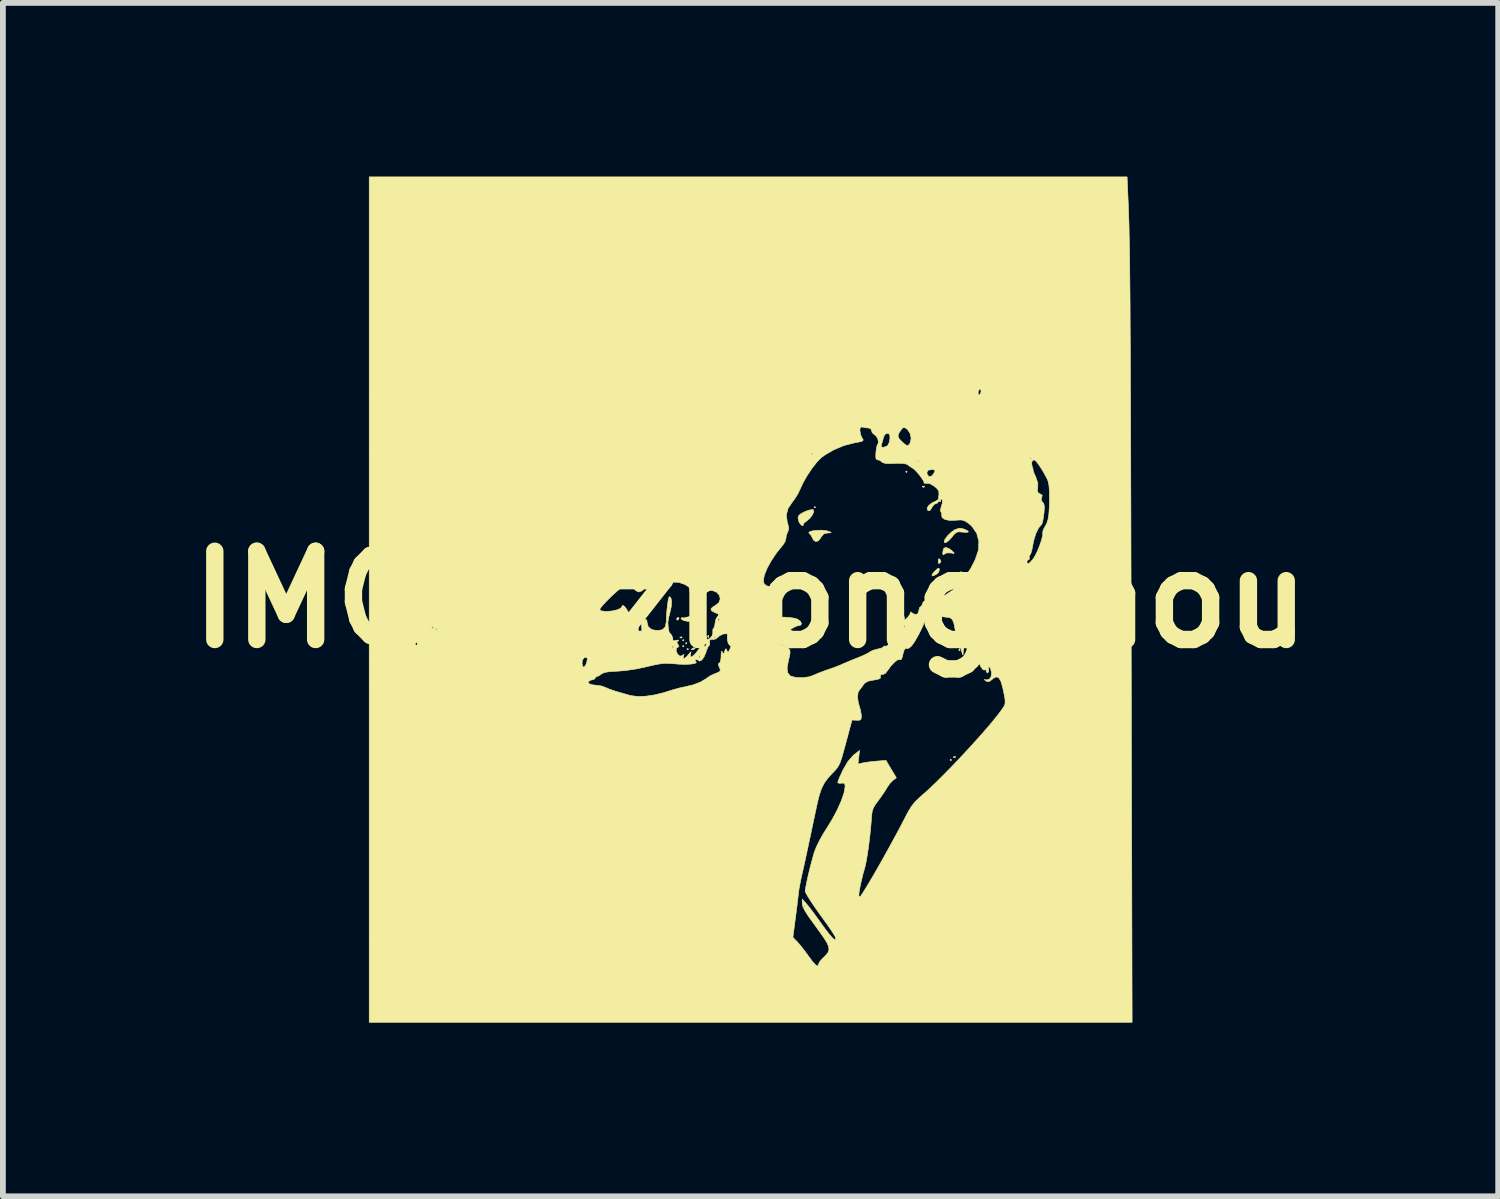
<source format=kicad_pcb>
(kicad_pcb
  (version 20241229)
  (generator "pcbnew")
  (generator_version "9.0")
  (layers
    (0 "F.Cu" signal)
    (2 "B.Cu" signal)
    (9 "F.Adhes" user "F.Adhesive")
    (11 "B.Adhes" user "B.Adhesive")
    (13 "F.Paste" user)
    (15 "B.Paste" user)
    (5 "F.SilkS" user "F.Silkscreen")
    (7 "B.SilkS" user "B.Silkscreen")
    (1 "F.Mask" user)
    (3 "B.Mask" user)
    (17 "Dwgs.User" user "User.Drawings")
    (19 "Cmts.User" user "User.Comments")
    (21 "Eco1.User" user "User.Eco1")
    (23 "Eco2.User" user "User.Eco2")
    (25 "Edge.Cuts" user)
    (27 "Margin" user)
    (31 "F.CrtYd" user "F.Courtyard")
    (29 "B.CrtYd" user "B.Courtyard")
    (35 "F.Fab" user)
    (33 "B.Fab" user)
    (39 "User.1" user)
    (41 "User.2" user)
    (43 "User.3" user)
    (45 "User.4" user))
  (footprint "IMG_xizhongzhou"
    (layer "F.Cu")
    (at 9.913 7.306)
    (property "Reference" "IMG_xizhongzhou" (at 0 0 0) (layer "F.SilkS") (effects (font (size 1.524 1.524) (thickness 0.3))))
    (attr through_hole)
    (fp_poly (pts (xy -1.149 0.702) (xy -1.162 0.715) (xy -1.174 0.702) (xy -1.162 0.689) (xy -1.149 0.702)) (stroke (width 0.01) (type solid)) (fill yes) (layer "F.SilkS"))
    (fp_poly (pts (xy -1.149 0.804) (xy -1.162 0.817) (xy -1.174 0.804) (xy -1.162 0.791) (xy -1.149 0.804)) (stroke (width 0.01) (type solid)) (fill yes) (layer "F.SilkS"))
    (fp_poly (pts (xy -1.098 0.753) (xy -1.11 0.766) (xy -1.123 0.753) (xy -1.11 0.74) (xy -1.098 0.753)) (stroke (width 0.01) (type solid)) (fill yes) (layer "F.SilkS"))
    (fp_poly (pts (xy -1.072 0.855) (xy -1.085 0.868) (xy -1.098 0.855) (xy -1.085 0.842) (xy -1.072 0.855)) (stroke (width 0.01) (type solid)) (fill yes) (layer "F.SilkS"))
    (fp_poly (pts (xy -0.919 0.728) (xy -0.932 0.74) (xy -0.945 0.728) (xy -0.932 0.715) (xy -0.919 0.728)) (stroke (width 0.01) (type solid)) (fill yes) (layer "F.SilkS"))
    (fp_poly (pts (xy 1.123 -1.595) (xy 1.11 -1.583) (xy 1.098 -1.595) (xy 1.11 -1.608) (xy 1.123 -1.595)) (stroke (width 0.01) (type solid)) (fill yes) (layer "F.SilkS"))
    (fp_poly (pts (xy 2.706 -2.208) (xy 2.693 -2.195) (xy 2.68 -2.208) (xy 2.693 -2.221) (xy 2.706 -2.208)) (stroke (width 0.01) (type solid)) (fill yes) (layer "F.SilkS"))
    (fp_poly (pts (xy 3.472 2.77) (xy 3.459 2.783) (xy 3.446 2.77) (xy 3.459 2.757) (xy 3.472 2.77)) (stroke (width 0.01) (type solid)) (fill yes) (layer "F.SilkS"))
    (fp_poly (pts (xy 3.65 -0.472) (xy 3.638 -0.459) (xy 3.625 -0.472) (xy 3.638 -0.485) (xy 3.65 -0.472)) (stroke (width 0.01) (type solid)) (fill yes) (layer "F.SilkS"))
    (fp_poly (pts (xy -1.183 0.647) (xy -1.186 0.662) (xy -1.2 0.664) (xy -1.221 0.654) (xy -1.217 0.647) (xy -1.187 0.644) (xy -1.183 0.647)) (stroke (width 0.01) (type solid)) (fill yes) (layer "F.SilkS"))
    (fp_poly (pts (xy -1.004 0.736) (xy -1.001 0.775) (xy -1.006 0.784) (xy -1.017 0.777) (xy -1.019 0.751) (xy -1.013 0.724) (xy -1.004 0.736)) (stroke (width 0.01) (type solid)) (fill yes) (layer "F.SilkS"))
    (fp_poly (pts (xy -0.723 0.621) (xy -0.72 0.651) (xy -0.723 0.655) (xy -0.738 0.652) (xy -0.74 0.638) (xy -0.731 0.617) (xy -0.723 0.621)) (stroke (width 0.01) (type solid)) (fill yes) (layer "F.SilkS"))
    (fp_poly (pts (xy 3.004 -1.957) (xy 3 -1.942) (xy 2.987 -1.94) (xy 2.966 -1.949) (xy 2.97 -1.957) (xy 3 -1.96) (xy 3.004 -1.957)) (stroke (width 0.01) (type solid)) (fill yes) (layer "F.SilkS"))
    (fp_poly (pts (xy 3.54 2.714) (xy 3.536 2.73) (xy 3.523 2.731) (xy 3.502 2.722) (xy 3.506 2.714) (xy 3.536 2.711) (xy 3.54 2.714)) (stroke (width 0.01) (type solid)) (fill yes) (layer "F.SilkS"))
    (fp_poly (pts (xy 3.616 0.851) (xy 3.619 0.881) (xy 3.616 0.885) (xy 3.601 0.881) (xy 3.599 0.868) (xy 3.609 0.847) (xy 3.616 0.851)) (stroke (width 0.01) (type solid)) (fill yes) (layer "F.SilkS"))
    (fp_poly (pts (xy -0.957 0.843) (xy -0.985 0.864) (xy -1.014 0.867) (xy -1.021 0.858) (xy -1.001 0.842) (xy -0.981 0.833) (xy -0.955 0.831) (xy -0.957 0.843)) (stroke (width 0.01) (type solid)) (fill yes) (layer "F.SilkS"))
    (fp_poly (pts (xy -1.234 0.322) (xy -1.238 0.332) (xy -1.261 0.356) (xy -1.265 0.357) (xy -1.276 0.338) (xy -1.276 0.332) (xy -1.257 0.307) (xy -1.249 0.306) (xy -1.234 0.322)) (stroke (width 0.01) (type solid)) (fill yes) (layer "F.SilkS"))
    (fp_poly (pts (xy 3.266 -0.7) (xy 3.273 -0.694) (xy 3.29 -0.66) (xy 3.273 -0.633) (xy 3.25 -0.621) (xy 3.242 -0.651) (xy 3.242 -0.664) (xy 3.247 -0.704) (xy 3.266 -0.7)) (stroke (width 0.01) (type solid)) (fill yes) (layer "F.SilkS"))
    (fp_poly (pts (xy 3.263 -0.523) (xy 3.251 -0.476) (xy 3.207 -0.433) (xy 3.15 -0.41) (xy 3.142 -0.409) (xy 3.132 -0.424) (xy 3.161 -0.466) (xy 3.18 -0.487) (xy 3.228 -0.533) (xy 3.253 -0.542) (xy 3.263 -0.523)) (stroke (width 0.01) (type solid)) (fill yes) (layer "F.SilkS"))
    (fp_poly (pts (xy 3.382 -0.898) (xy 3.439 -0.874) (xy 3.485 -0.839) (xy 3.518 -0.803) (xy 3.511 -0.795) (xy 3.465 -0.805) (xy 3.389 -0.806) (xy 3.354 -0.789) (xy 3.327 -0.772) (xy 3.32 -0.792) (xy 3.323 -0.831) (xy 3.337 -0.885) (xy 3.368 -0.899) (xy 3.382 -0.898)) (stroke (width 0.01) (type solid)) (fill yes) (layer "F.SilkS"))
    (fp_poly (pts (xy -1.011 0.303) (xy -1.015 0.336) (xy -1.023 0.347) (xy -1.056 0.376) (xy -1.069 0.379) (xy -1.104 0.372) (xy -1.142 0.365) (xy -1.187 0.346) (xy -1.2 0.326) (xy -1.19 0.31) (xy -1.184 0.313) (xy -1.152 0.317) (xy -1.106 0.305) (xy -1.044 0.291) (xy -1.011 0.303)) (stroke (width 0.01) (type solid)) (fill yes) (layer "F.SilkS"))
    (fp_poly (pts (xy 3.679 -1.221) (xy 3.746 -1.191) (xy 3.764 -1.17) (xy 3.733 -1.16) (xy 3.668 -1.165) (xy 3.595 -1.171) (xy 3.55 -1.158) (xy 3.507 -1.117) (xy 3.487 -1.09) (xy 3.43 -1.025) (xy 3.382 -0.988) (xy 3.351 -0.983) (xy 3.344 -1.003) (xy 3.363 -1.05) (xy 3.411 -1.11) (xy 3.474 -1.169) (xy 3.534 -1.21) (xy 3.611 -1.233) (xy 3.679 -1.221)) (stroke (width 0.01) (type solid)) (fill yes) (layer "F.SilkS"))
    (fp_poly (pts (xy 1.088 -1.55) (xy 1.092 -1.514) (xy 1.067 -1.46) (xy 1.022 -1.402) (xy 0.967 -1.355) (xy 0.964 -1.353) (xy 0.921 -1.319) (xy 0.909 -1.295) (xy 0.911 -1.293) (xy 0.908 -1.278) (xy 0.897 -1.276) (xy 0.866 -1.297) (xy 0.837 -1.342) (xy 0.82 -1.412) (xy 0.833 -1.451) (xy 0.871 -1.484) (xy 0.933 -1.516) (xy 1.002 -1.543) (xy 1.061 -1.555) (xy 1.088 -1.55)) (stroke (width 0.01) (type solid)) (fill yes) (layer "F.SilkS"))
    (fp_poly (pts (xy 1.313 -1.189) (xy 1.366 -1.174) (xy 1.393 -1.159) (xy 1.377 -1.153) (xy 1.335 -1.151) (xy 1.268 -1.137) (xy 1.226 -1.09) (xy 1.22 -1.079) (xy 1.176 -1.018) (xy 1.129 -1.001) (xy 1.088 -1.028) (xy 1.074 -1.055) (xy 1.045 -1.11) (xy 1.02 -1.137) (xy 1.006 -1.158) (xy 1.032 -1.177) (xy 1.087 -1.19) (xy 1.159 -1.197) (xy 1.239 -1.198) (xy 1.313 -1.189)) (stroke (width 0.01) (type solid)) (fill yes) (layer "F.SilkS"))
    (fp_poly (pts (xy 6.52 -6.937) (xy 6.524 -6.842) (xy 6.528 -6.746) (xy 6.531 -6.646) (xy 6.535 -6.542) (xy 6.538 -6.43) (xy 6.54 -6.31) (xy 6.543 -6.177) (xy 6.546 -6.032) (xy 6.548 -5.871) (xy 6.55 -5.693) (xy 6.552 -5.496) (xy 6.554 -5.277) (xy 6.556 -5.034) (xy 6.557 -4.766) (xy 6.559 -4.47) (xy 6.561 -4.145) (xy 6.562 -3.788) (xy 6.564 -3.397) (xy 6.565 -2.971) (xy 6.567 -2.506) (xy 6.568 -2.002) (xy 6.57 -1.456) (xy 6.571 -0.866) (xy 6.573 -0.231) (xy 6.574 0.453) (xy 6.575 0.811) (xy 6.591 7.301) (xy -6.586 7.301) (xy -6.586 5.834) (xy 0.732 5.834) (xy 0.807 5.911) (xy 0.858 5.969) (xy 0.924 6.053) (xy 0.993 6.146) (xy 1.002 6.159) (xy 1.078 6.261) (xy 1.132 6.317) (xy 1.164 6.329) (xy 1.174 6.297) (xy 1.192 6.26) (xy 1.235 6.207) (xy 1.254 6.189) (xy 1.305 6.138) (xy 1.34 6.093) (xy 1.355 6.047) (xy 1.349 5.994) (xy 1.32 5.927) (xy 1.265 5.839) (xy 1.184 5.724) (xy 1.08 5.581) (xy 0.991 5.457) (xy 0.933 5.363) (xy 0.902 5.297) (xy 0.919 5.297) (xy 0.932 5.31) (xy 0.945 5.297) (xy 0.932 5.284) (xy 0.919 5.297) (xy 0.902 5.297) (xy 0.902 5.295) (xy 0.893 5.251) (xy 0.893 5.173) (xy 0.97 5.259) (xy 1.015 5.314) (xy 1.08 5.399) (xy 1.156 5.503) (xy 1.231 5.608) (xy 1.304 5.708) (xy 1.369 5.791) (xy 1.42 5.848) (xy 1.449 5.871) (xy 1.451 5.871) (xy 1.469 5.867) (xy 1.473 5.852) (xy 1.462 5.821) (xy 1.431 5.769) (xy 1.379 5.69) (xy 1.302 5.58) (xy 1.2 5.439) (xy 1.116 5.32) (xy 1.043 5.212) (xy 0.987 5.123) (xy 0.953 5.062) (xy 0.944 5.038) (xy 0.951 4.985) (xy 0.968 4.895) (xy 0.993 4.78) (xy 1.023 4.653) (xy 1.056 4.525) (xy 1.088 4.41) (xy 1.101 4.365) (xy 1.14 4.266) (xy 1.199 4.146) (xy 1.266 4.029) (xy 1.288 3.995) (xy 1.401 3.813) (xy 1.496 3.637) (xy 1.568 3.475) (xy 1.616 3.336) (xy 1.634 3.227) (xy 1.634 3.221) (xy 1.626 3.177) (xy 1.591 3.168) (xy 1.57 3.172) (xy 1.523 3.172) (xy 1.506 3.158) (xy 1.517 3.124) (xy 1.544 3.058) (xy 1.584 2.971) (xy 1.595 2.947) (xy 1.681 2.798) (xy 1.771 2.694) (xy 1.784 2.683) (xy 1.883 2.605) (xy 1.856 2.841) (xy 1.93 2.823) (xy 1.995 2.811) (xy 2.088 2.799) (xy 2.172 2.791) (xy 2.339 2.777) (xy 2.429 2.928) (xy 2.519 3.078) (xy 2.459 3.123) (xy 2.404 3.179) (xy 2.359 3.246) (xy 2.323 3.306) (xy 2.267 3.388) (xy 2.209 3.468) (xy 2.154 3.542) (xy 2.121 3.6) (xy 2.101 3.662) (xy 2.091 3.743) (xy 2.085 3.829) (xy 2.073 3.971) (xy 2.056 4.127) (xy 2.036 4.285) (xy 2.014 4.431) (xy 1.992 4.554) (xy 1.972 4.64) (xy 1.969 4.649) (xy 1.942 4.742) (xy 1.917 4.847) (xy 1.894 4.95) (xy 1.878 5.038) (xy 1.871 5.101) (xy 1.873 5.124) (xy 1.895 5.13) (xy 1.897 5.129) (xy 1.948 5.052) (xy 2.018 4.939) (xy 2.103 4.796) (xy 2.198 4.632) (xy 2.299 4.454) (xy 2.4 4.271) (xy 2.498 4.091) (xy 2.589 3.922) (xy 2.665 3.775) (xy 2.729 3.653) (xy 2.786 3.563) (xy 2.847 3.488) (xy 2.926 3.413) (xy 2.971 3.373) (xy 3.08 3.277) (xy 3.204 3.158) (xy 3.341 3.022) (xy 3.486 2.874) (xy 3.634 2.718) (xy 3.78 2.56) (xy 3.921 2.405) (xy 4.052 2.257) (xy 4.168 2.121) (xy 4.264 2.002) (xy 4.337 1.906) (xy 4.382 1.837) (xy 4.395 1.804) (xy 4.397 1.762) (xy 4.396 1.724) (xy 4.388 1.675) (xy 4.373 1.6) (xy 4.359 1.533) (xy 4.327 1.419) (xy 4.291 1.354) (xy 4.248 1.334) (xy 4.196 1.359) (xy 4.177 1.375) (xy 4.128 1.414) (xy 4.089 1.416) (xy 4.067 1.405) (xy 4.037 1.383) (xy 4.052 1.382) (xy 4.076 1.387) (xy 4.124 1.376) (xy 4.155 1.331) (xy 4.164 1.267) (xy 4.148 1.198) (xy 4.134 1.174) (xy 4.114 1.149) (xy 4.111 1.167) (xy 4.112 1.174) (xy 4.113 1.243) (xy 4.096 1.267) (xy 4.084 1.263) (xy 4.069 1.233) (xy 4.073 1.224) (xy 4.067 1.211) (xy 4.047 1.216) (xy 4.016 1.211) (xy 3.982 1.167) (xy 3.952 1.107) (xy 3.921 1.024) (xy 3.903 0.952) (xy 3.901 0.924) (xy 3.896 0.884) (xy 3.88 0.881) (xy 3.857 0.879) (xy 3.855 0.869) (xy 3.871 0.843) (xy 3.877 0.842) (xy 3.889 0.821) (xy 3.886 0.779) (xy 3.864 0.724) (xy 3.834 0.712) (xy 3.808 0.738) (xy 3.8 0.797) (xy 3.802 0.811) (xy 3.793 0.84) (xy 3.768 0.835) (xy 3.742 0.8) (xy 3.741 0.798) (xy 3.724 0.769) (xy 3.703 0.787) (xy 3.701 0.792) (xy 3.682 0.844) (xy 3.674 0.906) (xy 3.671 0.952) (xy 3.664 0.954) (xy 3.651 0.91) (xy 3.639 0.861) (xy 3.621 0.815) (xy 3.599 0.805) (xy 3.577 0.797) (xy 3.571 0.774) (xy 3.566 0.728) (xy 3.676 0.728) (xy 3.689 0.74) (xy 3.702 0.728) (xy 3.689 0.715) (xy 3.676 0.728) (xy 3.566 0.728) (xy 3.564 0.708) (xy 3.559 0.676) (xy 3.55 0.62) (xy 3.547 0.598) (xy 3.806 0.598) (xy 3.81 0.631) (xy 3.819 0.631) (xy 3.825 0.597) (xy 3.821 0.582) (xy 3.81 0.573) (xy 3.806 0.598) (xy 3.547 0.598) (xy 3.538 0.54) (xy 3.533 0.511) (xy 3.512 0.406) (xy 3.485 0.343) (xy 3.444 0.313) (xy 3.393 0.306) (xy 3.317 0.296) (xy 3.233 0.271) (xy 3.225 0.268) (xy 3.134 0.236) (xy 3.077 0.234) (xy 3.043 0.264) (xy 3.026 0.321) (xy 3.006 0.384) (xy 2.968 0.475) (xy 2.917 0.579) (xy 2.891 0.627) (xy 2.829 0.735) (xy 2.78 0.802) (xy 2.738 0.838) (xy 2.694 0.847) (xy 2.674 0.846) (xy 2.656 0.865) (xy 2.64 0.913) (xy 2.621 0.993) (xy 2.606 1.032) (xy 2.59 1.04) (xy 2.583 1.037) (xy 2.543 1.04) (xy 2.488 1.079) (xy 2.426 1.145) (xy 2.384 1.204) (xy 2.332 1.271) (xy 2.291 1.294) (xy 2.283 1.292) (xy 2.25 1.297) (xy 2.241 1.344) (xy 2.243 1.357) (xy 2.221 1.37) (xy 2.164 1.384) (xy 2.117 1.392) (xy 2.029 1.41) (xy 1.974 1.442) (xy 1.946 1.477) (xy 1.91 1.528) (xy 1.885 1.557) (xy 1.857 1.606) (xy 1.849 1.687) (xy 1.862 1.783) (xy 1.874 1.823) (xy 1.899 1.91) (xy 1.913 1.991) (xy 1.915 2.015) (xy 1.909 2.065) (xy 1.881 2.084) (xy 1.833 2.084) (xy 1.752 2.081) (xy 1.647 2.476) (xy 1.606 2.625) (xy 1.575 2.735) (xy 1.548 2.813) (xy 1.521 2.87) (xy 1.491 2.915) (xy 1.454 2.958) (xy 1.425 2.987) (xy 1.341 3.078) (xy 1.277 3.165) (xy 1.227 3.262) (xy 1.187 3.38) (xy 1.15 3.532) (xy 1.138 3.589) (xy 1.087 3.828) (xy 1.038 4.061) (xy 0.991 4.28) (xy 0.949 4.477) (xy 0.913 4.642) (xy 0.884 4.767) (xy 0.88 4.786) (xy 0.857 4.896) (xy 0.837 5.005) (xy 0.827 5.08) (xy 0.819 5.151) (xy 0.807 5.257) (xy 0.791 5.385) (xy 0.774 5.514) (xy 0.732 5.834) (xy -6.586 5.834) (xy -6.586 1.428) (xy -2.808 1.428) (xy -2.788 1.451) (xy -2.783 1.455) (xy -2.731 1.472) (xy -2.66 1.48) (xy -2.659 1.48) (xy -2.576 1.492) (xy -2.506 1.517) (xy -2.442 1.545) (xy -2.354 1.576) (xy -2.297 1.593) (xy -2.2 1.621) (xy -2.108 1.647) (xy -2.068 1.658) (xy -1.956 1.673) (xy -1.813 1.669) (xy -1.654 1.646) (xy -1.496 1.607) (xy -1.45 1.592) (xy -1.338 1.557) (xy -1.225 1.526) (xy -1.136 1.507) (xy -0.995 1.474) (xy -0.867 1.426) (xy -0.77 1.368) (xy -0.753 1.355) (xy -0.695 1.316) (xy -0.617 1.281) (xy -0.605 1.277) (xy -0.538 1.247) (xy -0.52 1.216) (xy -0.522 1.21) (xy -0.545 1.153) (xy -0.552 1.136) (xy -0.551 1.103) (xy -0.539 1.098) (xy -0.521 1.074) (xy -0.51 1.013) (xy -0.509 0.976) (xy -0.505 0.909) (xy -0.497 0.889) (xy -0.487 0.906) (xy -0.471 0.939) (xy -0.459 0.928) (xy -0.447 0.893) (xy -0.431 0.851) (xy -0.419 0.854) (xy -0.407 0.881) (xy -0.393 0.907) (xy -0.377 0.898) (xy -0.352 0.847) (xy -0.347 0.837) (xy -0.312 0.733) (xy -0.312 0.66) (xy -0.337 0.618) (xy -0.396 0.59) (xy -0.471 0.594) (xy -0.538 0.627) (xy -0.549 0.638) (xy -0.593 0.675) (xy -0.623 0.686) (xy -0.687 0.687) (xy -0.71 0.712) (xy -0.707 0.74) (xy -0.705 0.781) (xy -0.714 0.791) (xy -0.733 0.814) (xy -0.757 0.87) (xy -0.769 0.909) (xy -0.802 0.989) (xy -0.841 1.043) (xy -0.88 1.063) (xy -0.906 1.046) (xy -0.938 1.033) (xy -0.949 1.037) (xy -0.958 1.06) (xy -0.943 1.073) (xy -0.936 1.091) (xy -0.972 1.105) (xy -1.038 1.115) (xy -1.127 1.119) (xy -1.227 1.116) (xy -1.255 1.114) (xy -1.369 1.105) (xy -1.456 1.101) (xy -1.533 1.106) (xy -1.616 1.119) (xy -1.722 1.142) (xy -1.812 1.164) (xy -1.986 1.2) (xy -2.163 1.226) (xy -2.304 1.237) (xy -2.429 1.244) (xy -2.513 1.257) (xy -2.563 1.277) (xy -2.574 1.285) (xy -2.622 1.318) (xy -2.651 1.327) (xy -2.679 1.344) (xy -2.68 1.353) (xy -2.701 1.377) (xy -2.712 1.379) (xy -2.76 1.392) (xy -2.783 1.404) (xy -2.808 1.428) (xy -6.586 1.428) (xy -6.586 1.099) (xy -2.91 1.099) (xy -2.9 1.155) (xy -2.877 1.167) (xy -2.849 1.136) (xy -2.829 1.085) (xy -2.818 1.021) (xy -2.831 0.997) (xy -2.871 1.004) (xy -2.901 1.041) (xy -2.91 1.099) (xy -6.586 1.099) (xy -6.586 0.817) (xy -1.353 0.817) (xy -1.344 0.838) (xy -1.336 0.834) (xy -1.333 0.804) (xy -1.336 0.8) (xy -1.351 0.803) (xy -1.353 0.817) (xy -6.586 0.817) (xy -6.586 0.766) (xy -5.795 0.766) (xy -5.775 0.791) (xy -5.769 0.791) (xy -5.744 0.772) (xy -5.744 0.766) (xy -5.763 0.741) (xy -5.769 0.74) (xy -5.794 0.76) (xy -5.795 0.766) (xy -6.586 0.766) (xy -6.586 0.509) (xy -5.508 0.509) (xy -5.504 0.511) (xy -5.437 0.511) (xy -5.428 0.532) (xy -5.42 0.528) (xy -5.417 0.497) (xy -5.42 0.494) (xy -5.436 0.497) (xy -5.437 0.511) (xy -5.504 0.511) (xy -5.481 0.493) (xy -5.479 0.49) (xy -1.939 0.49) (xy -1.938 0.553) (xy -1.925 0.594) (xy -1.924 0.595) (xy -1.895 0.604) (xy -1.879 0.571) (xy -1.878 0.504) (xy -1.884 0.441) (xy -1.887 0.401) (xy -1.887 0.401) (xy -1.905 0.391) (xy -1.915 0.396) (xy -1.931 0.43) (xy -1.939 0.49) (xy -5.479 0.49) (xy -5.476 0.485) (xy -5.469 0.461) (xy -5.473 0.459) (xy -5.496 0.477) (xy -5.501 0.485) (xy -5.508 0.509) (xy -6.586 0.509) (xy -6.586 0.17) (xy -2.604 0.17) (xy -2.585 0.193) (xy -2.524 0.203) (xy -2.481 0.204) (xy -2.391 0.197) (xy -2.308 0.178) (xy -2.247 0.152) (xy -2.221 0.123) (xy -2.221 0.121) (xy -2.209 0.099) (xy -2.181 0.114) (xy -2.143 0.161) (xy -2.121 0.201) (xy -2.054 0.288) (xy -1.966 0.341) (xy -1.87 0.351) (xy -1.851 0.347) (xy -1.804 0.342) (xy -1.788 0.368) (xy -1.787 0.393) (xy -1.766 0.471) (xy -1.704 0.519) (xy -1.607 0.536) (xy -1.521 0.52) (xy -1.472 0.471) (xy -1.455 0.383) (xy -1.455 0.378) (xy -1.452 0.284) (xy -1.444 0.182) (xy -1.433 0.085) (xy -1.421 0.006) (xy -1.408 -0.042) (xy -1.402 -0.051) (xy -1.375 -0.029) (xy -1.363 0.031) (xy -1.368 0.116) (xy -1.389 0.213) (xy -1.416 0.316) (xy -1.427 0.396) (xy -1.422 0.476) (xy -1.403 0.58) (xy -1.401 0.589) (xy -1.383 0.665) (xy -1.365 0.702) (xy -1.337 0.711) (xy -1.293 0.705) (xy -1.244 0.699) (xy -1.243 0.709) (xy -1.249 0.713) (xy -1.273 0.739) (xy -1.255 0.774) (xy -1.252 0.777) (xy -1.236 0.808) (xy -1.245 0.817) (xy -1.278 0.836) (xy -1.285 0.882) (xy -1.265 0.935) (xy -1.258 0.944) (xy -1.22 0.977) (xy -1.185 0.969) (xy -1.177 0.963) (xy -1.15 0.946) (xy -1.153 0.969) (xy -1.156 0.976) (xy -1.162 1.014) (xy -1.141 1.016) (xy -1.102 0.985) (xy -1.073 0.951) (xy -1.038 0.908) (xy -1.027 0.904) (xy -1.034 0.938) (xy -1.034 0.938) (xy -1.039 0.985) (xy -1.017 0.99) (xy -1.006 0.981) (xy -0.891 0.981) (xy -0.887 1.014) (xy -0.878 1.014) (xy -0.872 0.98) (xy -0.876 0.965) (xy -0.887 0.956) (xy -0.891 0.981) (xy -1.006 0.981) (xy -0.971 0.953) (xy -0.937 0.916) (xy -0.885 0.848) (xy -0.864 0.796) (xy -0.865 0.779) (xy -0.808 0.779) (xy -0.797 0.809) (xy -0.785 0.811) (xy -0.762 0.783) (xy -0.762 0.779) (xy -0.781 0.748) (xy -0.785 0.747) (xy -0.805 0.76) (xy -0.808 0.779) (xy -0.865 0.779) (xy -0.865 0.758) (xy -0.857 0.723) (xy -0.837 0.682) (xy -0.816 0.625) (xy -0.813 0.591) (xy -0.805 0.569) (xy -0.793 0.573) (xy -0.77 0.61) (xy -0.766 0.64) (xy -0.756 0.68) (xy -0.742 0.689) (xy -0.696 0.668) (xy -0.681 0.647) (xy -0.63 0.647) (xy -0.626 0.662) (xy -0.613 0.664) (xy -0.592 0.654) (xy -0.596 0.647) (xy -0.626 0.644) (xy -0.63 0.647) (xy -0.681 0.647) (xy -0.66 0.619) (xy -0.65 0.567) (xy -0.651 0.561) (xy -0.651 0.515) (xy -0.639 0.498) (xy -0.62 0.463) (xy -0.613 0.409) (xy -0.599 0.342) (xy -0.56 0.342) (xy -0.555 0.376) (xy -0.546 0.376) (xy -0.54 0.342) (xy -0.544 0.327) (xy -0.556 0.317) (xy -0.56 0.342) (xy -0.599 0.342) (xy -0.599 0.34) (xy -0.572 0.295) (xy -0.549 0.266) (xy -0.562 0.246) (xy -0.61 0.227) (xy -0.673 0.194) (xy -0.684 0.159) (xy -0.644 0.122) (xy -0.615 0.107) (xy -0.55 0.058) (xy -0.524 -0.006) (xy -0.536 -0.071) (xy -0.581 -0.125) (xy -0.657 -0.156) (xy -0.686 -0.159) (xy -0.757 -0.144) (xy -0.822 -0.104) (xy -0.862 -0.052) (xy -0.868 -0.027) (xy -0.887 -0.001) (xy -0.893 0) (xy -0.911 0.022) (xy -0.919 0.076) (xy -0.919 0.078) (xy -0.926 0.129) (xy -0.944 0.141) (xy -0.945 0.14) (xy -0.965 0.148) (xy -0.97 0.176) (xy -0.978 0.223) (xy -0.989 0.239) (xy -0.997 0.221) (xy -1.002 0.164) (xy -1.003 0.078) (xy -1.002 0.055) (xy -1.002 -0.062) (xy -1.013 -0.142) (xy -1.043 -0.196) (xy -1.096 -0.239) (xy -1.141 -0.264) (xy -1.247 -0.3) (xy -1.348 -0.3) (xy -1.416 -0.272) (xy -1.458 -0.251) (xy -1.503 -0.261) (xy -1.531 -0.276) (xy -1.618 -0.301) (xy -1.71 -0.278) (xy -1.81 -0.207) (xy -1.812 -0.204) (xy -1.881 -0.148) (xy -1.931 -0.131) (xy -1.977 -0.152) (xy -2.004 -0.179) (xy -2.073 -0.22) (xy -2.136 -0.23) (xy -2.182 -0.224) (xy -2.23 -0.203) (xy -2.29 -0.159) (xy -2.371 -0.087) (xy -2.413 -0.047) (xy -2.492 0.032) (xy -2.556 0.101) (xy -2.595 0.151) (xy -2.604 0.17) (xy -6.586 0.17) (xy -6.586 -0.33) (xy 0.222 -0.33) (xy 0.232 -0.278) (xy 0.271 -0.241) (xy 0.328 -0.223) (xy 0.381 -0.226) (xy 0.403 -0.244) (xy 0.448 -0.282) (xy 0.511 -0.296) (xy 0.569 -0.283) (xy 0.586 -0.27) (xy 0.602 -0.242) (xy 0.582 -0.231) (xy 0.539 -0.23) (xy 0.477 -0.219) (xy 0.459 -0.192) (xy 0.452 -0.151) (xy 0.433 -0.077) (xy 0.405 0.017) (xy 0.399 0.034) (xy 0.365 0.151) (xy 0.355 0.228) (xy 0.374 0.274) (xy 0.426 0.296) (xy 0.516 0.303) (xy 0.561 0.303) (xy 0.663 0.308) (xy 0.754 0.321) (xy 0.81 0.337) (xy 0.859 0.373) (xy 0.88 0.412) (xy 0.869 0.44) (xy 0.842 0.447) (xy 0.781 0.463) (xy 0.712 0.501) (xy 0.661 0.546) (xy 0.656 0.553) (xy 0.626 0.576) (xy 0.611 0.573) (xy 0.588 0.567) (xy 0.587 0.57) (xy 0.578 0.598) (xy 0.556 0.655) (xy 0.548 0.674) (xy 0.51 0.766) (xy 0.599 0.809) (xy 0.652 0.838) (xy 0.679 0.872) (xy 0.683 0.922) (xy 0.668 1.001) (xy 0.654 1.057) (xy 0.632 1.176) (xy 0.64 1.26) (xy 0.68 1.312) (xy 0.698 1.323) (xy 0.788 1.346) (xy 0.901 1.349) (xy 1.015 1.333) (xy 1.092 1.305) (xy 1.173 1.27) (xy 1.273 1.232) (xy 1.327 1.213) (xy 1.436 1.176) (xy 1.55 1.131) (xy 1.595 1.111) (xy 1.693 1.069) (xy 1.808 1.022) (xy 1.876 0.995) (xy 1.961 0.959) (xy 2.029 0.925) (xy 2.061 0.904) (xy 2.105 0.88) (xy 2.176 0.859) (xy 2.195 0.855) (xy 2.259 0.839) (xy 2.295 0.819) (xy 2.297 0.813) (xy 2.314 0.801) (xy 2.325 0.805) (xy 2.358 0.8) (xy 2.391 0.768) (xy 2.427 0.733) (xy 2.452 0.729) (xy 2.475 0.726) (xy 2.476 0.718) (xy 2.492 0.683) (xy 2.531 0.632) (xy 2.54 0.623) (xy 2.582 0.568) (xy 2.603 0.524) (xy 2.604 0.52) (xy 2.624 0.489) (xy 2.643 0.485) (xy 2.667 0.48) (xy 2.661 0.455) (xy 2.641 0.423) (xy 2.615 0.363) (xy 2.627 0.314) (xy 2.647 0.283) (xy 2.654 0.298) (xy 2.654 0.319) (xy 2.658 0.349) (xy 2.674 0.346) (xy 2.714 0.307) (xy 2.715 0.306) (xy 2.752 0.257) (xy 2.763 0.22) (xy 2.762 0.217) (xy 2.767 0.212) (xy 2.799 0.236) (xy 2.852 0.26) (xy 2.893 0.239) (xy 2.91 0.179) (xy 2.91 0.174) (xy 2.921 0.135) (xy 2.933 0.128) (xy 2.957 0.106) (xy 2.969 0.077) (xy 2.978 0.048) (xy 2.996 0.029) (xy 3.034 0.013) (xy 3.101 -0.002) (xy 3.193 -0.02) (xy 3.363 -0.077) (xy 3.522 -0.184) (xy 3.669 -0.338) (xy 3.804 -0.539) (xy 3.862 -0.651) (xy 4.774 -0.651) (xy 4.783 -0.618) (xy 4.813 -0.628) (xy 4.864 -0.681) (xy 4.878 -0.697) (xy 4.917 -0.759) (xy 4.959 -0.845) (xy 4.998 -0.943) (xy 5.029 -1.037) (xy 5.047 -1.113) (xy 5.047 -1.155) (xy 5.053 -1.197) (xy 5.08 -1.251) (xy 5.115 -1.311) (xy 5.138 -1.382) (xy 5.153 -1.474) (xy 5.161 -1.597) (xy 5.164 -1.736) (xy 5.162 -1.872) (xy 5.155 -1.97) (xy 5.141 -2.04) (xy 5.119 -2.093) (xy 5.06 -2.202) (xy 5.001 -2.297) (xy 4.949 -2.369) (xy 4.912 -2.408) (xy 4.907 -2.411) (xy 4.873 -2.405) (xy 4.855 -2.366) (xy 4.861 -2.312) (xy 4.864 -2.304) (xy 4.879 -2.257) (xy 4.88 -2.239) (xy 4.888 -2.206) (xy 4.913 -2.147) (xy 4.926 -2.121) (xy 4.962 -2.012) (xy 4.961 -1.933) (xy 4.956 -1.87) (xy 4.973 -1.839) (xy 5 -1.826) (xy 5.038 -1.804) (xy 5.032 -1.767) (xy 5.029 -1.762) (xy 5.021 -1.713) (xy 5.045 -1.682) (xy 5.066 -1.654) (xy 5.075 -1.607) (xy 5.072 -1.53) (xy 5.067 -1.482) (xy 5.055 -1.395) (xy 5.042 -1.33) (xy 5.031 -1.302) (xy 4.976 -1.238) (xy 4.926 -1.136) (xy 4.889 -1.01) (xy 4.879 -0.958) (xy 4.862 -0.868) (xy 4.844 -0.802) (xy 4.828 -0.771) (xy 4.827 -0.771) (xy 4.812 -0.744) (xy 4.816 -0.726) (xy 4.814 -0.694) (xy 4.802 -0.689) (xy 4.777 -0.669) (xy 4.774 -0.651) (xy 3.862 -0.651) (xy 3.88 -0.688) (xy 3.936 -0.852) (xy 3.944 -1.006) (xy 3.907 -1.145) (xy 3.824 -1.265) (xy 3.768 -1.315) (xy 3.704 -1.357) (xy 3.647 -1.375) (xy 3.572 -1.373) (xy 3.547 -1.37) (xy 3.439 -1.367) (xy 3.357 -1.384) (xy 3.309 -1.417) (xy 3.301 -1.459) (xy 3.3 -1.5) (xy 3.289 -1.512) (xy 3.278 -1.54) (xy 3.291 -1.591) (xy 3.315 -1.675) (xy 3.312 -1.724) (xy 3.292 -1.736) (xy 3.277 -1.72) (xy 3.283 -1.706) (xy 3.286 -1.689) (xy 3.271 -1.695) (xy 3.245 -1.697) (xy 3.242 -1.686) (xy 3.221 -1.662) (xy 3.203 -1.659) (xy 3.165 -1.638) (xy 3.135 -1.595) (xy 3.103 -1.542) (xy 3.072 -1.535) (xy 3.056 -1.548) (xy 3.051 -1.583) (xy 3.081 -1.628) (xy 3.136 -1.671) (xy 3.164 -1.684) (xy 3.218 -1.711) (xy 3.243 -1.731) (xy 3.244 -1.733) (xy 3.248 -1.767) (xy 3.255 -1.819) (xy 3.251 -1.874) (xy 3.217 -1.922) (xy 3.177 -1.956) (xy 3.1 -2.001) (xy 3.04 -2.01) (xy 3.038 -2.009) (xy 3.003 -2.007) (xy 2.999 -2.017) (xy 2.991 -2.045) (xy 2.958 -2.097) (xy 2.911 -2.159) (xy 2.882 -2.193) (xy 3.046 -2.193) (xy 3.053 -2.159) (xy 3.084 -2.122) (xy 3.126 -2.133) (xy 3.155 -2.163) (xy 3.186 -2.215) (xy 3.176 -2.24) (xy 3.129 -2.246) (xy 3.065 -2.233) (xy 3.046 -2.193) (xy 2.882 -2.193) (xy 2.86 -2.217) (xy 2.817 -2.259) (xy 2.799 -2.27) (xy 2.757 -2.296) (xy 2.736 -2.314) (xy 2.701 -2.337) (xy 2.646 -2.35) (xy 2.56 -2.354) (xy 2.433 -2.35) (xy 2.428 -2.35) (xy 2.33 -2.351) (xy 2.278 -2.369) (xy 2.27 -2.377) (xy 2.257 -2.387) (xy 2.885 -2.387) (xy 2.897 -2.374) (xy 2.91 -2.387) (xy 2.897 -2.4) (xy 2.885 -2.387) (xy 2.257 -2.387) (xy 2.228 -2.407) (xy 2.203 -2.412) (xy 2.176 -2.42) (xy 2.169 -2.438) (xy 4.825 -2.438) (xy 4.837 -2.425) (xy 4.85 -2.438) (xy 4.837 -2.451) (xy 4.825 -2.438) (xy 2.169 -2.438) (xy 2.164 -2.45) (xy 2.164 -2.514) (xy 2.166 -2.54) (xy 2.175 -2.616) (xy 2.181 -2.639) (xy 2.256 -2.639) (xy 2.292 -2.629) (xy 2.35 -2.647) (xy 2.373 -2.667) (xy 2.397 -2.718) (xy 2.409 -2.788) (xy 2.406 -2.824) (xy 2.547 -2.824) (xy 2.566 -2.78) (xy 2.609 -2.734) (xy 2.67 -2.678) (xy 2.709 -2.659) (xy 2.737 -2.674) (xy 2.758 -2.707) (xy 2.774 -2.786) (xy 2.756 -2.871) (xy 2.709 -2.94) (xy 2.698 -2.949) (xy 2.654 -2.974) (xy 2.626 -2.963) (xy 2.608 -2.943) (xy 2.561 -2.872) (xy 2.547 -2.824) (xy 2.406 -2.824) (xy 2.405 -2.847) (xy 2.382 -2.87) (xy 2.362 -2.872) (xy 2.319 -2.852) (xy 2.295 -2.795) (xy 2.277 -2.724) (xy 2.26 -2.674) (xy 2.256 -2.639) (xy 2.181 -2.639) (xy 2.188 -2.668) (xy 2.196 -2.68) (xy 2.21 -2.715) (xy 2.2 -2.769) (xy 2.174 -2.82) (xy 2.142 -2.847) (xy 2.102 -2.882) (xy 2.093 -2.912) (xy 2.074 -2.954) (xy 2.049 -2.962) (xy 1.987 -2.968) (xy 1.946 -2.977) (xy 1.906 -2.981) (xy 1.891 -2.954) (xy 1.889 -2.919) (xy 1.902 -2.844) (xy 1.927 -2.791) (xy 1.945 -2.762) (xy 1.941 -2.743) (xy 1.909 -2.729) (xy 1.838 -2.715) (xy 1.793 -2.707) (xy 1.616 -2.661) (xy 1.436 -2.586) (xy 1.276 -2.492) (xy 1.221 -2.451) (xy 1.146 -2.375) (xy 1.062 -2.267) (xy 0.979 -2.143) (xy 0.908 -2.018) (xy 0.859 -1.912) (xy 0.815 -1.82) (xy 0.753 -1.724) (xy 0.727 -1.691) (xy 0.649 -1.576) (xy 0.619 -1.464) (xy 0.633 -1.344) (xy 0.639 -1.324) (xy 0.659 -1.247) (xy 0.654 -1.195) (xy 0.643 -1.172) (xy 0.618 -1.107) (xy 0.613 -1.064) (xy 0.596 -1.001) (xy 0.559 -0.942) (xy 0.448 -0.805) (xy 0.356 -0.667) (xy 0.285 -0.537) (xy 0.239 -0.423) (xy 0.222 -0.33) (xy -6.586 -0.33) (xy -6.586 -2.514) (xy 1.047 -2.514) (xy 1.059 -2.502) (xy 1.072 -2.514) (xy 1.059 -2.527) (xy 1.047 -2.514) (xy -6.586 -2.514) (xy -6.586 -3.571) (xy 3.931 -3.571) (xy 3.941 -3.537) (xy 3.957 -3.536) (xy 3.978 -3.571) (xy 3.982 -3.602) (xy 3.972 -3.637) (xy 3.957 -3.638) (xy 3.936 -3.602) (xy 3.931 -3.571) (xy -6.586 -3.571) (xy -6.586 -7.301) (xy 6.504 -7.301) (xy 6.52 -6.937)) (stroke (width 0.01) (type solid)) (fill yes) (layer "F.SilkS")))
  (gr_rect
    (start -3 -3)
    (end 22.827 17.612)
    (stroke (width 0.1) (type default))
    (fill no)
    (layer "Edge.Cuts")))
</source>
